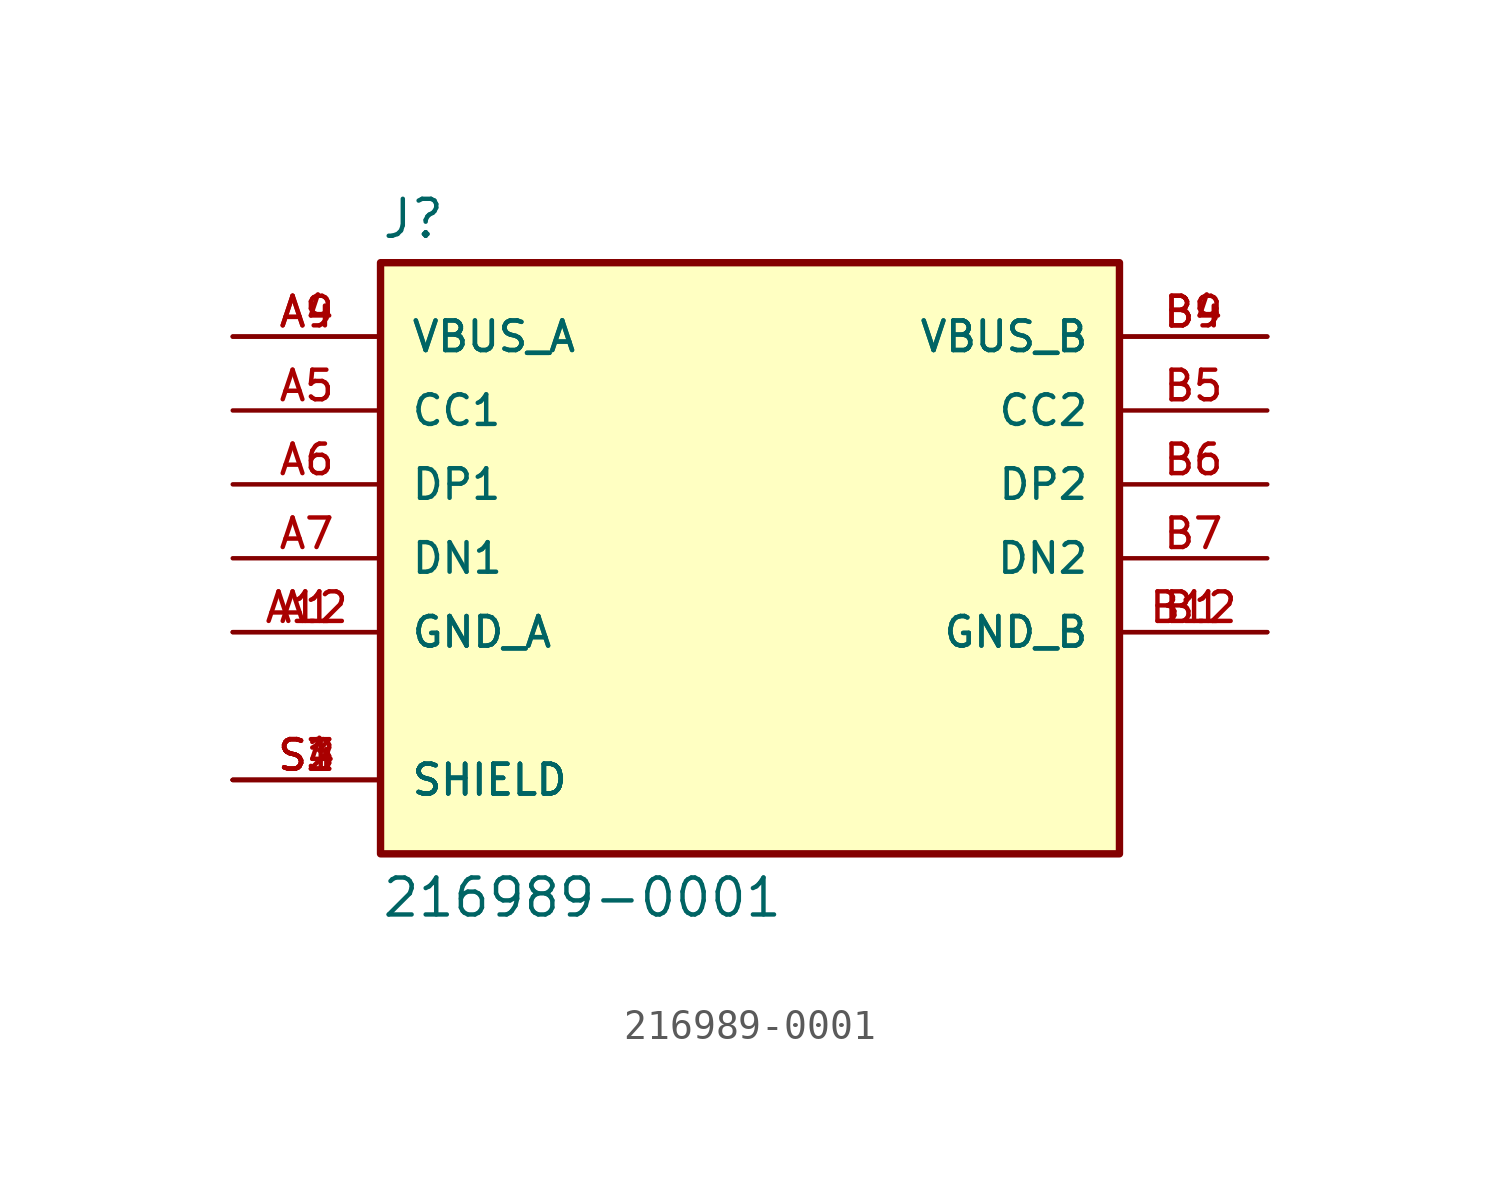
<source format=kicad_sym>
(kicad_symbol_lib
  (version 20211014)
  (generator kicad_symbol_editor)
  (symbol "216989-0001"
    (pin_names
      (offset 1.016))
    (property "Reference" "J"
      (at -12.7 10.922 0)
      (effects (font (size 1.27 1.27)) (justify bottom left)))
    (property "Value" "216989-0001"
      (at -12.7 -10.922 0.0)
      (effects (font (size 1.27 1.27)) (justify top left)))
    (symbol "216989-0001_0_0"
      (rectangle (start -12.7 -10.16) (end 12.7 10.16) (stroke (width 0.254)) (fill (type background)))
      (pin power_in line (at -17.78 -2.54 0) (length 5.08) (name "GND_A" (effects (font (size 1.016 1.016)))) (number "A1" (effects (font (size 1.016 1.016)))))
      (pin power_in line (at -17.78 -2.54 0) (length 5.08) (name "GND_A" (effects (font (size 1.016 1.016)))) (number "A12" (effects (font (size 1.016 1.016)))))
      (pin power_in line (at -17.78 7.62 0) (length 5.08) (name "VBUS_A" (effects (font (size 1.016 1.016)))) (number "A4" (effects (font (size 1.016 1.016)))))
      (pin power_in line (at -17.78 7.62 0) (length 5.08) (name "VBUS_A" (effects (font (size 1.016 1.016)))) (number "A9" (effects (font (size 1.016 1.016)))))
      (pin bidirectional line (at -17.78 2.54 0) (length 5.08) (name "DP1" (effects (font (size 1.016 1.016)))) (number "A6" (effects (font (size 1.016 1.016)))))
      (pin bidirectional line (at -17.78 5.08 0) (length 5.08) (name "CC1" (effects (font (size 1.016 1.016)))) (number "A5" (effects (font (size 1.016 1.016)))))
      (pin bidirectional line (at -17.78 0.0 0) (length 5.08) (name "DN1" (effects (font (size 1.016 1.016)))) (number "A7" (effects (font (size 1.016 1.016)))))
      (pin passive line (at -17.78 -7.62 0) (length 5.08) (name "SHIELD" (effects (font (size 1.016 1.016)))) (number "S1" (effects (font (size 1.016 1.016)))))
      (pin passive line (at -17.78 -7.62 0) (length 5.08) (name "SHIELD" (effects (font (size 1.016 1.016)))) (number "S2" (effects (font (size 1.016 1.016)))))
      (pin passive line (at -17.78 -7.62 0) (length 5.08) (name "SHIELD" (effects (font (size 1.016 1.016)))) (number "S3" (effects (font (size 1.016 1.016)))))
      (pin passive line (at -17.78 -7.62 0) (length 5.08) (name "SHIELD" (effects (font (size 1.016 1.016)))) (number "S4" (effects (font (size 1.016 1.016)))))
      (pin power_in line (at 17.78 -2.54 180.0) (length 5.08) (name "GND_B" (effects (font (size 1.016 1.016)))) (number "B1" (effects (font (size 1.016 1.016)))))
      (pin power_in line (at 17.78 -2.54 180.0) (length 5.08) (name "GND_B" (effects (font (size 1.016 1.016)))) (number "B12" (effects (font (size 1.016 1.016)))))
      (pin power_in line (at 17.78 7.62 180.0) (length 5.08) (name "VBUS_B" (effects (font (size 1.016 1.016)))) (number "B4" (effects (font (size 1.016 1.016)))))
      (pin power_in line (at 17.78 7.62 180.0) (length 5.08) (name "VBUS_B" (effects (font (size 1.016 1.016)))) (number "B9" (effects (font (size 1.016 1.016)))))
      (pin bidirectional line (at 17.78 2.54 180.0) (length 5.08) (name "DP2" (effects (font (size 1.016 1.016)))) (number "B6" (effects (font (size 1.016 1.016)))))
      (pin bidirectional line (at 17.78 5.08 180.0) (length 5.08) (name "CC2" (effects (font (size 1.016 1.016)))) (number "B5" (effects (font (size 1.016 1.016)))))
      (pin bidirectional line (at 17.78 0.0 180.0) (length 5.08) (name "DN2" (effects (font (size 1.016 1.016)))) (number "B7" (effects (font (size 1.016 1.016))))))))
</source>
